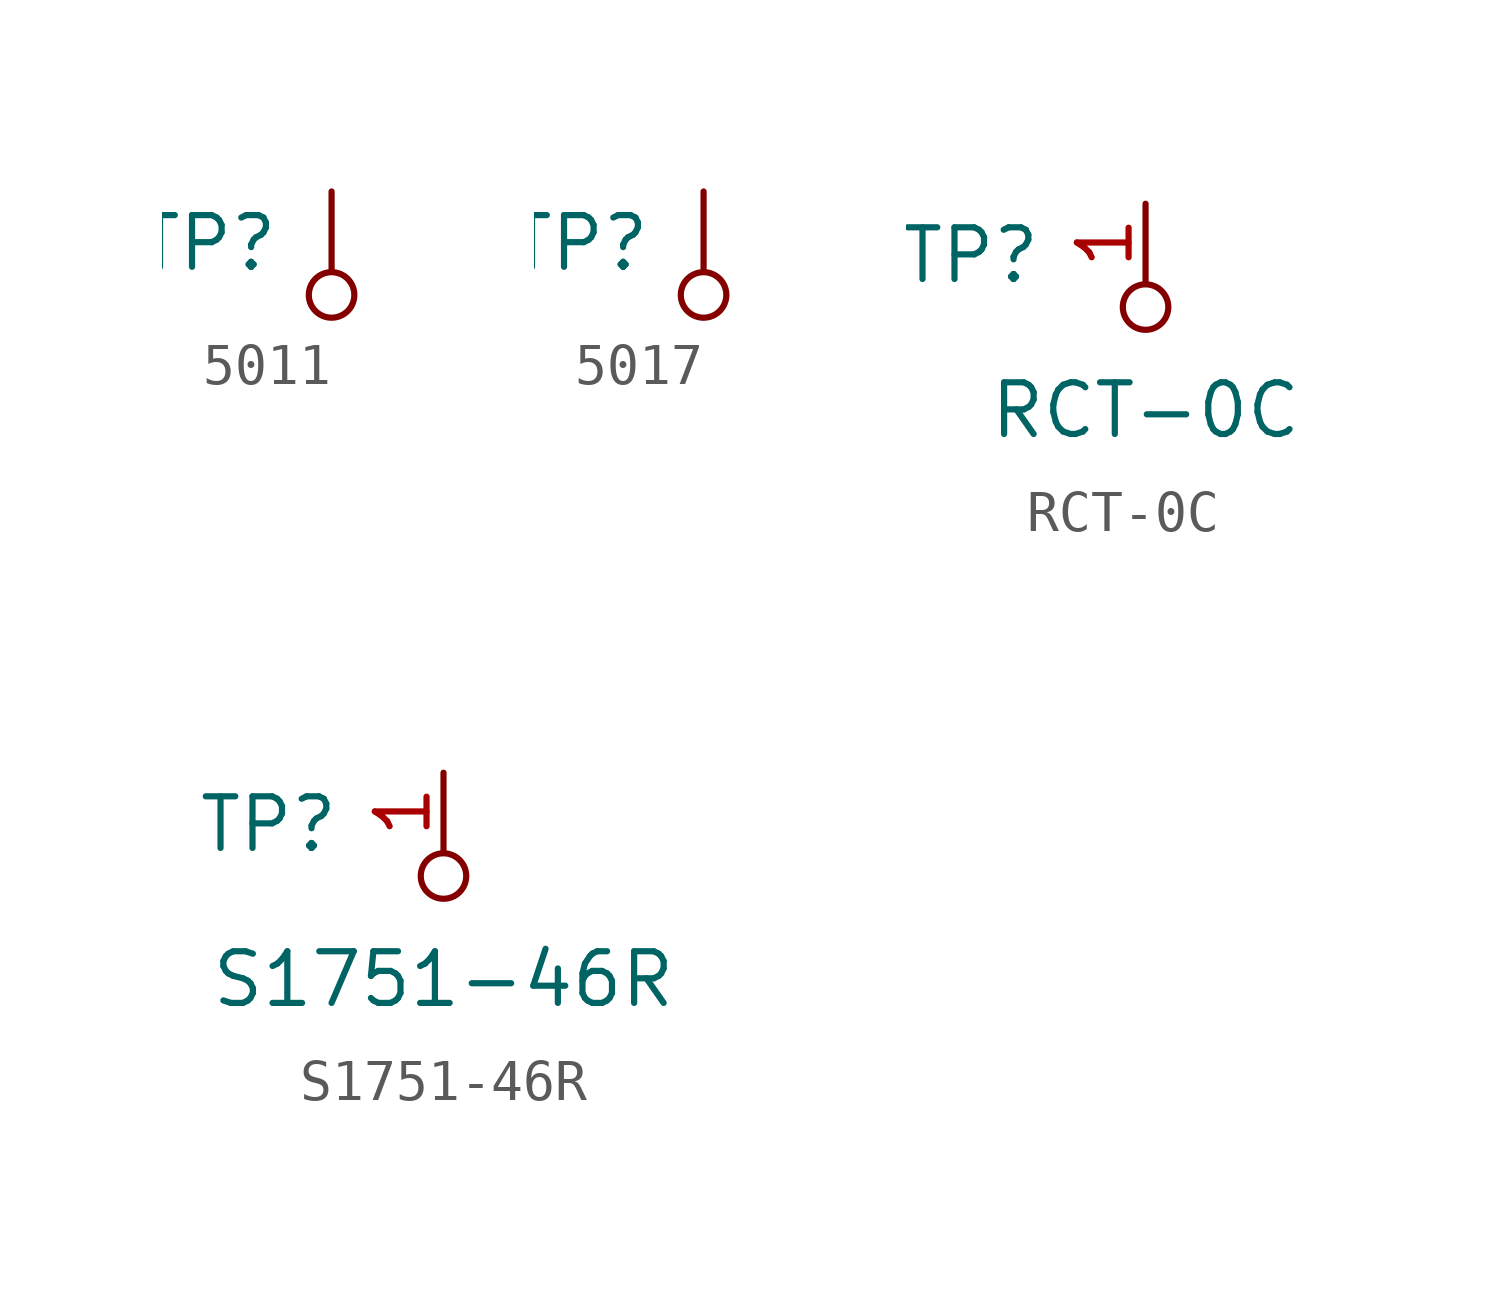
<source format=kicad_sym>
(kicad_symbol_lib
  (version 20220914)
  (generator kicad_symbol_editor)
  (symbol "5011"
    (pin_numbers hide)
    (pin_names
      (offset 1.016) hide)
    (property "Reference" "TP"
      (at -1.27 1.27 0)
      (effects (font (size 1.27 1.27)) (justify right)))
    (symbol "5011_0_1"
      (circle (center 0 0) (radius 0.559) (stroke (width 0) (type solid)) (fill (type none))))
    (symbol "5011_1_1"
      (pin passive line (at 0 2.54 270) (length 1.905) (name "~" (effects (font (size 1.27 1.27)))) (number "1" (effects (font (size 1.27 1.27)))))))
  (symbol "5017"
    (pin_numbers hide)
    (pin_names
      (offset 1.016) hide)
    (property "Reference" "TP"
      (at -1.27 1.27 0)
      (effects (font (size 1.27 1.27)) (justify right)))
    (symbol "5017_0_1"
      (circle (center 0 0) (radius 0.559) (stroke (width 0) (type solid)) (fill (type none))))
    (symbol "5017_1_1"
      (pin passive line (at 0 2.54 270) (length 1.905) (name "~" (effects (font (size 1.27 1.27)))) (number "1" (effects (font (size 1.27 1.27)))))))
  (symbol "RCT-0C"
    (pin_names
      (offset 1.016))
    (property "Reference" "TP"
      (at -2.54 1.27 0)
      (effects (font (size 1.27 1.27)) (justify right)))
    (property "Value" "RCT-0C"
      (at 0 -2.54 0)
      (effects (font (size 1.27 1.27))))
    (symbol "RCT-0C_0_1"
      (circle (center 0 0) (radius 0.559) (stroke (width 0) (type solid)) (fill (type none))))
    (symbol "RCT-0C_1_1"
      (pin passive line (at 0 2.54 270) (length 1.905) (name "~" (effects (font (size 1.27 1.27)))) (number "1" (effects (font (size 1.27 1.27)))))))
  (symbol "S1751-46R"
    (pin_names
      (offset 1.016))
    (property "Reference" "TP"
      (at -2.54 1.27 0)
      (effects (font (size 1.27 1.27)) (justify right)))
    (property "Value" "S1751-46R"
      (at 0 -2.54 0)
      (effects (font (size 1.27 1.27))))
    (symbol "S1751-46R_0_1"
      (circle (center 0 0) (radius 0.559) (stroke (width 0) (type solid)) (fill (type none))))
    (symbol "S1751-46R_1_1"
      (pin passive line (at 0 2.54 270) (length 1.905) (name "~" (effects (font (size 1.27 1.27)))) (number "1" (effects (font (size 1.27 1.27))))))))
</source>
